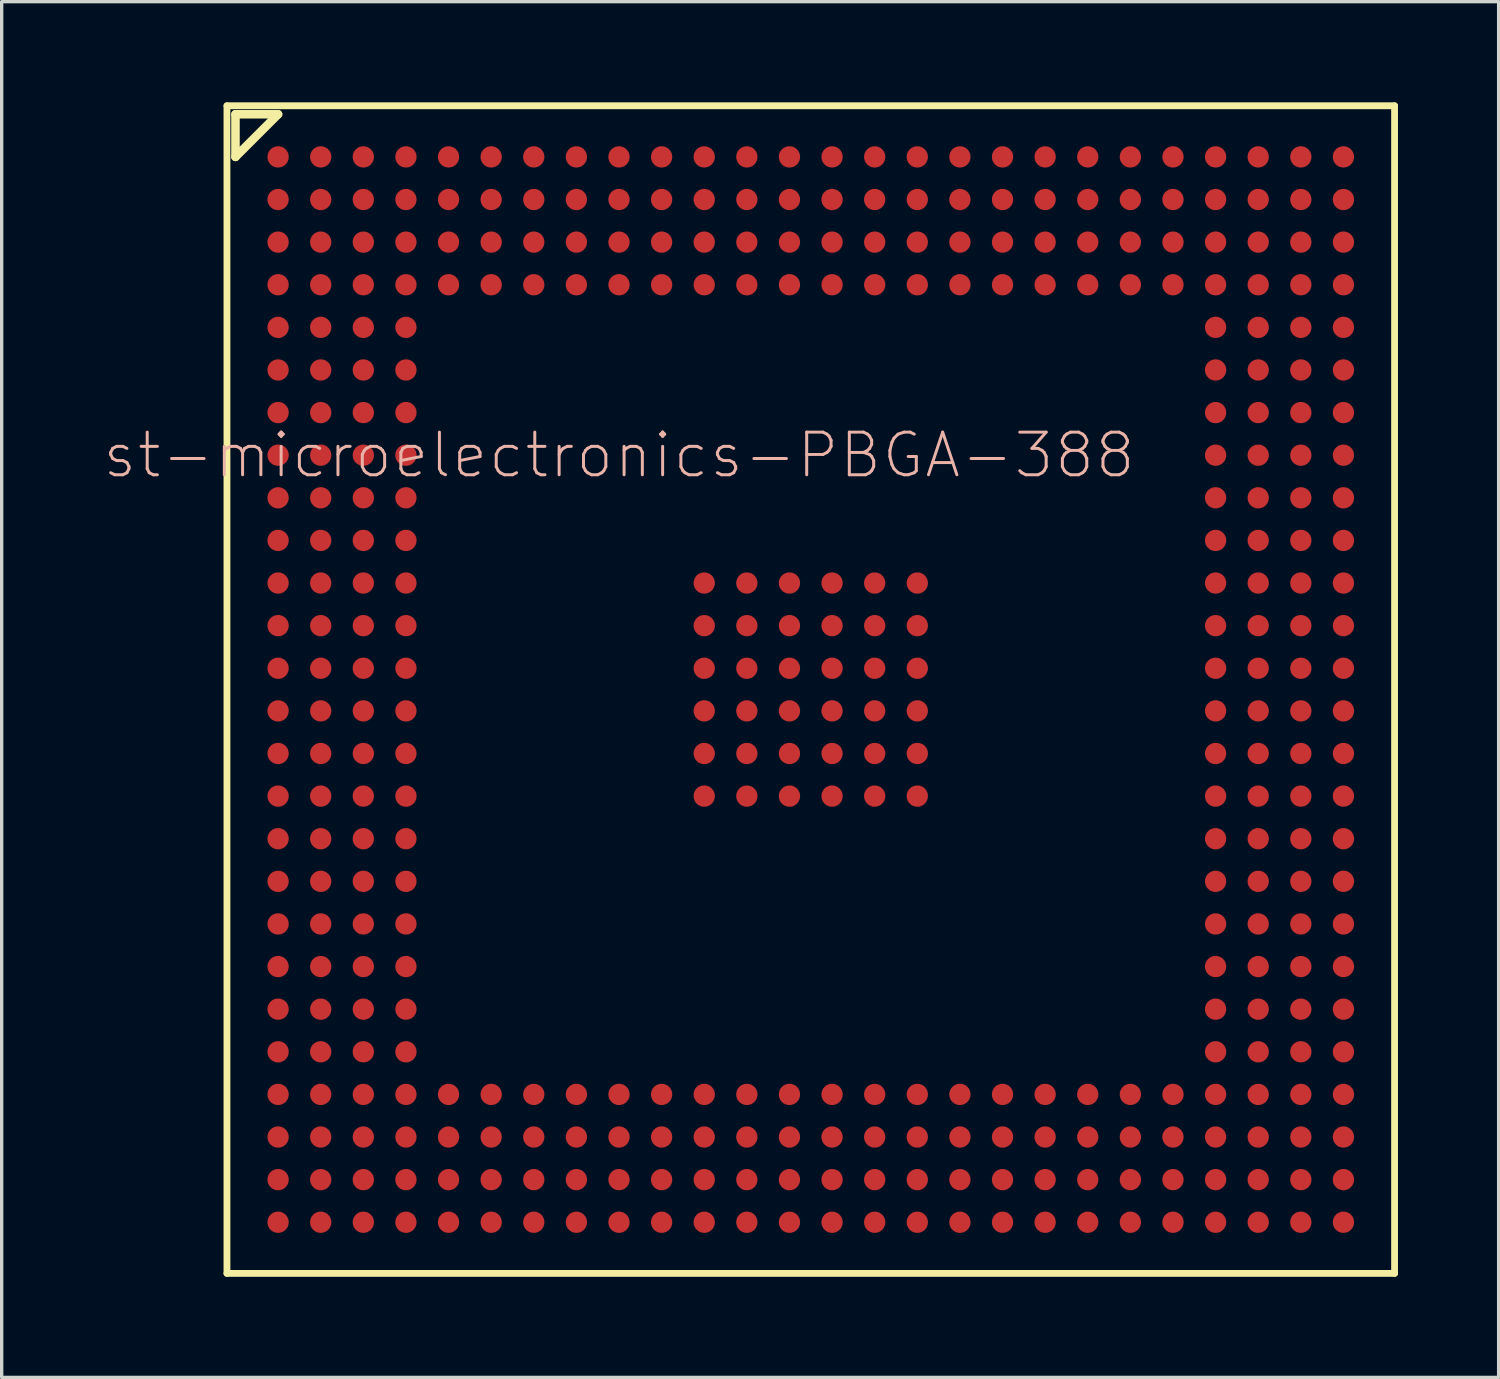
<source format=kicad_pcb>
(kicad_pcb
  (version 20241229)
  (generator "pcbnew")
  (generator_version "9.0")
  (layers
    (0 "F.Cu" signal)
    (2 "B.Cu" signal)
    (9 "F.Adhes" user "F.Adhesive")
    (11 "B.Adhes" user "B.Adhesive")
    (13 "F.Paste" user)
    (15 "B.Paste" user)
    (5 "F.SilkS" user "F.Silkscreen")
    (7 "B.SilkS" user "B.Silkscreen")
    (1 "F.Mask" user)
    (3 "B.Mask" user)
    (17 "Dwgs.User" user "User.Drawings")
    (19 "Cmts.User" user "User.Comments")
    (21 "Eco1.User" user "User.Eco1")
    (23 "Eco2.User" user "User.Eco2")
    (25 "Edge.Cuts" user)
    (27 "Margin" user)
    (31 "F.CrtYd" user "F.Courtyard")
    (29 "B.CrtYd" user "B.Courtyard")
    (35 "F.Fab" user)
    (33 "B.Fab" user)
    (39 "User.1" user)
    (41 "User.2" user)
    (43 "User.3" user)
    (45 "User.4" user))
  (footprint "st-microelectronics-PBGA-388"
    (layer "F.Cu")
    (at 21.113 17.501)
    (property "Reference" "st-microelectronics-PBGA-388" (at -5.715 -6.985 0) (layer "B.SilkS") (effects (font (size 1.27 1.27) (thickness 0.089))))
    (attr smd)
    (fp_line (start -17.399 -17.399) (end -17.399 17.399) (stroke (width 0.203) (type solid)) (layer "F.SilkS"))
    (fp_line (start -17.399 17.399) (end 17.399 17.399) (stroke (width 0.203) (type solid)) (layer "F.SilkS"))
    (fp_line (start -17.145 -17.145) (end -17.145 -15.875) (stroke (width 0.254) (type solid)) (layer "F.SilkS"))
    (fp_line (start -17.145 -15.875) (end -15.875 -17.145) (stroke (width 0.254) (type solid)) (layer "F.SilkS"))
    (fp_line (start -15.875 -17.145) (end -17.145 -17.145) (stroke (width 0.254) (type solid)) (layer "F.SilkS"))
    (fp_line (start 17.399 -17.399) (end -17.399 -17.399) (stroke (width 0.203) (type solid)) (layer "F.SilkS"))
    (fp_line (start 17.399 17.399) (end 17.399 -17.399) (stroke (width 0.203) (type solid)) (layer "F.SilkS"))
    (pad "A1" smd circle (at -15.875 -15.875) (size 0.635 0.635) (layers "F.Cu" "F.Mask" "F.Paste"))
    (pad "A2" smd circle (at -14.605 -15.875) (size 0.635 0.635) (layers "F.Cu" "F.Mask" "F.Paste"))
    (pad "A3" smd circle (at -13.335 -15.875) (size 0.635 0.635) (layers "F.Cu" "F.Mask" "F.Paste"))
    (pad "A4" smd circle (at -12.065 -15.875) (size 0.635 0.635) (layers "F.Cu" "F.Mask" "F.Paste"))
    (pad "A5" smd circle (at -10.795 -15.875) (size 0.635 0.635) (layers "F.Cu" "F.Mask" "F.Paste"))
    (pad "A6" smd circle (at -9.525 -15.875) (size 0.635 0.635) (layers "F.Cu" "F.Mask" "F.Paste"))
    (pad "A7" smd circle (at -8.255 -15.875) (size 0.635 0.635) (layers "F.Cu" "F.Mask" "F.Paste"))
    (pad "A8" smd circle (at -6.985 -15.875) (size 0.635 0.635) (layers "F.Cu" "F.Mask" "F.Paste"))
    (pad "A9" smd circle (at -5.715 -15.875) (size 0.635 0.635) (layers "F.Cu" "F.Mask" "F.Paste"))
    (pad "A10" smd circle (at -4.445 -15.875) (size 0.635 0.635) (layers "F.Cu" "F.Mask" "F.Paste"))
    (pad "A11" smd circle (at -3.175 -15.875) (size 0.635 0.635) (layers "F.Cu" "F.Mask" "F.Paste"))
    (pad "A12" smd circle (at -1.905 -15.875) (size 0.635 0.635) (layers "F.Cu" "F.Mask" "F.Paste"))
    (pad "A13" smd circle (at -0.635 -15.875) (size 0.635 0.635) (layers "F.Cu" "F.Mask" "F.Paste"))
    (pad "A14" smd circle (at 0.635 -15.875) (size 0.635 0.635) (layers "F.Cu" "F.Mask" "F.Paste"))
    (pad "A15" smd circle (at 1.905 -15.875) (size 0.635 0.635) (layers "F.Cu" "F.Mask" "F.Paste"))
    (pad "A16" smd circle (at 3.175 -15.875) (size 0.635 0.635) (layers "F.Cu" "F.Mask" "F.Paste"))
    (pad "A17" smd circle (at 4.445 -15.875) (size 0.635 0.635) (layers "F.Cu" "F.Mask" "F.Paste"))
    (pad "A18" smd circle (at 5.715 -15.875) (size 0.635 0.635) (layers "F.Cu" "F.Mask" "F.Paste"))
    (pad "A19" smd circle (at 6.985 -15.875) (size 0.635 0.635) (layers "F.Cu" "F.Mask" "F.Paste"))
    (pad "A20" smd circle (at 8.255 -15.875) (size 0.635 0.635) (layers "F.Cu" "F.Mask" "F.Paste"))
    (pad "A21" smd circle (at 9.525 -15.875) (size 0.635 0.635) (layers "F.Cu" "F.Mask" "F.Paste"))
    (pad "A22" smd circle (at 10.795 -15.875) (size 0.635 0.635) (layers "F.Cu" "F.Mask" "F.Paste"))
    (pad "A23" smd circle (at 12.065 -15.875) (size 0.635 0.635) (layers "F.Cu" "F.Mask" "F.Paste"))
    (pad "A24" smd circle (at 13.335 -15.875) (size 0.635 0.635) (layers "F.Cu" "F.Mask" "F.Paste"))
    (pad "A25" smd circle (at 14.605 -15.875) (size 0.635 0.635) (layers "F.Cu" "F.Mask" "F.Paste"))
    (pad "A26" smd circle (at 15.875 -15.875) (size 0.635 0.635) (layers "F.Cu" "F.Mask" "F.Paste"))
    (pad "AA1" smd circle (at -15.875 9.525) (size 0.635 0.635) (layers "F.Cu" "F.Mask" "F.Paste"))
    (pad "AA2" smd circle (at -14.605 9.525) (size 0.635 0.635) (layers "F.Cu" "F.Mask" "F.Paste"))
    (pad "AA3" smd circle (at -13.335 9.525) (size 0.635 0.635) (layers "F.Cu" "F.Mask" "F.Paste"))
    (pad "AA4" smd circle (at -12.065 9.525) (size 0.635 0.635) (layers "F.Cu" "F.Mask" "F.Paste"))
    (pad "AA23" smd circle (at 12.065 9.525) (size 0.635 0.635) (layers "F.Cu" "F.Mask" "F.Paste"))
    (pad "AA24" smd circle (at 13.335 9.525) (size 0.635 0.635) (layers "F.Cu" "F.Mask" "F.Paste"))
    (pad "AA25" smd circle (at 14.605 9.525) (size 0.635 0.635) (layers "F.Cu" "F.Mask" "F.Paste"))
    (pad "AA26" smd circle (at 15.875 9.525) (size 0.635 0.635) (layers "F.Cu" "F.Mask" "F.Paste"))
    (pad "AB1" smd circle (at -15.875 10.795) (size 0.635 0.635) (layers "F.Cu" "F.Mask" "F.Paste"))
    (pad "AB2" smd circle (at -14.605 10.795) (size 0.635 0.635) (layers "F.Cu" "F.Mask" "F.Paste"))
    (pad "AB3" smd circle (at -13.335 10.795) (size 0.635 0.635) (layers "F.Cu" "F.Mask" "F.Paste"))
    (pad "AB4" smd circle (at -12.065 10.795) (size 0.635 0.635) (layers "F.Cu" "F.Mask" "F.Paste"))
    (pad "AB23" smd circle (at 12.065 10.795) (size 0.635 0.635) (layers "F.Cu" "F.Mask" "F.Paste"))
    (pad "AB24" smd circle (at 13.335 10.795) (size 0.635 0.635) (layers "F.Cu" "F.Mask" "F.Paste"))
    (pad "AB25" smd circle (at 14.605 10.795) (size 0.635 0.635) (layers "F.Cu" "F.Mask" "F.Paste"))
    (pad "AB26" smd circle (at 15.875 10.795) (size 0.635 0.635) (layers "F.Cu" "F.Mask" "F.Paste"))
    (pad "AC1" smd circle (at -15.875 12.065) (size 0.635 0.635) (layers "F.Cu" "F.Mask" "F.Paste"))
    (pad "AC2" smd circle (at -14.605 12.065) (size 0.635 0.635) (layers "F.Cu" "F.Mask" "F.Paste"))
    (pad "AC3" smd circle (at -13.335 12.065) (size 0.635 0.635) (layers "F.Cu" "F.Mask" "F.Paste"))
    (pad "AC4" smd circle (at -12.065 12.065) (size 0.635 0.635) (layers "F.Cu" "F.Mask" "F.Paste"))
    (pad "AC5" smd circle (at -10.795 12.065) (size 0.635 0.635) (layers "F.Cu" "F.Mask" "F.Paste"))
    (pad "AC6" smd circle (at -9.525 12.065) (size 0.635 0.635) (layers "F.Cu" "F.Mask" "F.Paste"))
    (pad "AC7" smd circle (at -8.255 12.065) (size 0.635 0.635) (layers "F.Cu" "F.Mask" "F.Paste"))
    (pad "AC8" smd circle (at -6.985 12.065) (size 0.635 0.635) (layers "F.Cu" "F.Mask" "F.Paste"))
    (pad "AC9" smd circle (at -5.715 12.065) (size 0.635 0.635) (layers "F.Cu" "F.Mask" "F.Paste"))
    (pad "AC10" smd circle (at -4.445 12.065) (size 0.635 0.635) (layers "F.Cu" "F.Mask" "F.Paste"))
    (pad "AC11" smd circle (at -3.175 12.065) (size 0.635 0.635) (layers "F.Cu" "F.Mask" "F.Paste"))
    (pad "AC12" smd circle (at -1.905 12.065) (size 0.635 0.635) (layers "F.Cu" "F.Mask" "F.Paste"))
    (pad "AC13" smd circle (at -0.635 12.065) (size 0.635 0.635) (layers "F.Cu" "F.Mask" "F.Paste"))
    (pad "AC14" smd circle (at 0.635 12.065) (size 0.635 0.635) (layers "F.Cu" "F.Mask" "F.Paste"))
    (pad "AC15" smd circle (at 1.905 12.065) (size 0.635 0.635) (layers "F.Cu" "F.Mask" "F.Paste"))
    (pad "AC16" smd circle (at 3.175 12.065) (size 0.635 0.635) (layers "F.Cu" "F.Mask" "F.Paste"))
    (pad "AC17" smd circle (at 4.445 12.065) (size 0.635 0.635) (layers "F.Cu" "F.Mask" "F.Paste"))
    (pad "AC18" smd circle (at 5.715 12.065) (size 0.635 0.635) (layers "F.Cu" "F.Mask" "F.Paste"))
    (pad "AC19" smd circle (at 6.985 12.065) (size 0.635 0.635) (layers "F.Cu" "F.Mask" "F.Paste"))
    (pad "AC20" smd circle (at 8.255 12.065) (size 0.635 0.635) (layers "F.Cu" "F.Mask" "F.Paste"))
    (pad "AC21" smd circle (at 9.525 12.065) (size 0.635 0.635) (layers "F.Cu" "F.Mask" "F.Paste"))
    (pad "AC22" smd circle (at 10.795 12.065) (size 0.635 0.635) (layers "F.Cu" "F.Mask" "F.Paste"))
    (pad "AC23" smd circle (at 12.065 12.065) (size 0.635 0.635) (layers "F.Cu" "F.Mask" "F.Paste"))
    (pad "AC24" smd circle (at 13.335 12.065) (size 0.635 0.635) (layers "F.Cu" "F.Mask" "F.Paste"))
    (pad "AC25" smd circle (at 14.605 12.065) (size 0.635 0.635) (layers "F.Cu" "F.Mask" "F.Paste"))
    (pad "AC26" smd circle (at 15.875 12.065) (size 0.635 0.635) (layers "F.Cu" "F.Mask" "F.Paste"))
    (pad "AD1" smd circle (at -15.875 13.335) (size 0.635 0.635) (layers "F.Cu" "F.Mask" "F.Paste"))
    (pad "AD2" smd circle (at -14.605 13.335) (size 0.635 0.635) (layers "F.Cu" "F.Mask" "F.Paste"))
    (pad "AD3" smd circle (at -13.335 13.335) (size 0.635 0.635) (layers "F.Cu" "F.Mask" "F.Paste"))
    (pad "AD4" smd circle (at -12.065 13.335) (size 0.635 0.635) (layers "F.Cu" "F.Mask" "F.Paste"))
    (pad "AD5" smd circle (at -10.795 13.335) (size 0.635 0.635) (layers "F.Cu" "F.Mask" "F.Paste"))
    (pad "AD6" smd circle (at -9.525 13.335) (size 0.635 0.635) (layers "F.Cu" "F.Mask" "F.Paste"))
    (pad "AD7" smd circle (at -8.255 13.335) (size 0.635 0.635) (layers "F.Cu" "F.Mask" "F.Paste"))
    (pad "AD8" smd circle (at -6.985 13.335) (size 0.635 0.635) (layers "F.Cu" "F.Mask" "F.Paste"))
    (pad "AD9" smd circle (at -5.715 13.335) (size 0.635 0.635) (layers "F.Cu" "F.Mask" "F.Paste"))
    (pad "AD10" smd circle (at -4.445 13.335) (size 0.635 0.635) (layers "F.Cu" "F.Mask" "F.Paste"))
    (pad "AD11" smd circle (at -3.175 13.335) (size 0.635 0.635) (layers "F.Cu" "F.Mask" "F.Paste"))
    (pad "AD12" smd circle (at -1.905 13.335) (size 0.635 0.635) (layers "F.Cu" "F.Mask" "F.Paste"))
    (pad "AD13" smd circle (at -0.635 13.335) (size 0.635 0.635) (layers "F.Cu" "F.Mask" "F.Paste"))
    (pad "AD14" smd circle (at 0.635 13.335) (size 0.635 0.635) (layers "F.Cu" "F.Mask" "F.Paste"))
    (pad "AD15" smd circle (at 1.905 13.335) (size 0.635 0.635) (layers "F.Cu" "F.Mask" "F.Paste"))
    (pad "AD16" smd circle (at 3.175 13.335) (size 0.635 0.635) (layers "F.Cu" "F.Mask" "F.Paste"))
    (pad "AD17" smd circle (at 4.445 13.335) (size 0.635 0.635) (layers "F.Cu" "F.Mask" "F.Paste"))
    (pad "AD18" smd circle (at 5.715 13.335) (size 0.635 0.635) (layers "F.Cu" "F.Mask" "F.Paste"))
    (pad "AD19" smd circle (at 6.985 13.335) (size 0.635 0.635) (layers "F.Cu" "F.Mask" "F.Paste"))
    (pad "AD20" smd circle (at 8.255 13.335) (size 0.635 0.635) (layers "F.Cu" "F.Mask" "F.Paste"))
    (pad "AD21" smd circle (at 9.525 13.335) (size 0.635 0.635) (layers "F.Cu" "F.Mask" "F.Paste"))
    (pad "AD22" smd circle (at 10.795 13.335) (size 0.635 0.635) (layers "F.Cu" "F.Mask" "F.Paste"))
    (pad "AD23" smd circle (at 12.065 13.335) (size 0.635 0.635) (layers "F.Cu" "F.Mask" "F.Paste"))
    (pad "AD24" smd circle (at 13.335 13.335) (size 0.635 0.635) (layers "F.Cu" "F.Mask" "F.Paste"))
    (pad "AD25" smd circle (at 14.605 13.335) (size 0.635 0.635) (layers "F.Cu" "F.Mask" "F.Paste"))
    (pad "AD26" smd circle (at 15.875 13.335) (size 0.635 0.635) (layers "F.Cu" "F.Mask" "F.Paste"))
    (pad "AE1" smd circle (at -15.875 14.605) (size 0.635 0.635) (layers "F.Cu" "F.Mask" "F.Paste"))
    (pad "AE2" smd circle (at -14.605 14.605) (size 0.635 0.635) (layers "F.Cu" "F.Mask" "F.Paste"))
    (pad "AE3" smd circle (at -13.335 14.605) (size 0.635 0.635) (layers "F.Cu" "F.Mask" "F.Paste"))
    (pad "AE4" smd circle (at -12.065 14.605) (size 0.635 0.635) (layers "F.Cu" "F.Mask" "F.Paste"))
    (pad "AE5" smd circle (at -10.795 14.605) (size 0.635 0.635) (layers "F.Cu" "F.Mask" "F.Paste"))
    (pad "AE6" smd circle (at -9.525 14.605) (size 0.635 0.635) (layers "F.Cu" "F.Mask" "F.Paste"))
    (pad "AE7" smd circle (at -8.255 14.605) (size 0.635 0.635) (layers "F.Cu" "F.Mask" "F.Paste"))
    (pad "AE8" smd circle (at -6.985 14.605) (size 0.635 0.635) (layers "F.Cu" "F.Mask" "F.Paste"))
    (pad "AE9" smd circle (at -5.715 14.605) (size 0.635 0.635) (layers "F.Cu" "F.Mask" "F.Paste"))
    (pad "AE10" smd circle (at -4.445 14.605) (size 0.635 0.635) (layers "F.Cu" "F.Mask" "F.Paste"))
    (pad "AE11" smd circle (at -3.175 14.605) (size 0.635 0.635) (layers "F.Cu" "F.Mask" "F.Paste"))
    (pad "AE12" smd circle (at -1.905 14.605) (size 0.635 0.635) (layers "F.Cu" "F.Mask" "F.Paste"))
    (pad "AE13" smd circle (at -0.635 14.605) (size 0.635 0.635) (layers "F.Cu" "F.Mask" "F.Paste"))
    (pad "AE14" smd circle (at 0.635 14.605) (size 0.635 0.635) (layers "F.Cu" "F.Mask" "F.Paste"))
    (pad "AE15" smd circle (at 1.905 14.605) (size 0.635 0.635) (layers "F.Cu" "F.Mask" "F.Paste"))
    (pad "AE16" smd circle (at 3.175 14.605) (size 0.635 0.635) (layers "F.Cu" "F.Mask" "F.Paste"))
    (pad "AE17" smd circle (at 4.445 14.605) (size 0.635 0.635) (layers "F.Cu" "F.Mask" "F.Paste"))
    (pad "AE18" smd circle (at 5.715 14.605) (size 0.635 0.635) (layers "F.Cu" "F.Mask" "F.Paste"))
    (pad "AE19" smd circle (at 6.985 14.605) (size 0.635 0.635) (layers "F.Cu" "F.Mask" "F.Paste"))
    (pad "AE20" smd circle (at 8.255 14.605) (size 0.635 0.635) (layers "F.Cu" "F.Mask" "F.Paste"))
    (pad "AE21" smd circle (at 9.525 14.605) (size 0.635 0.635) (layers "F.Cu" "F.Mask" "F.Paste"))
    (pad "AE22" smd circle (at 10.795 14.605) (size 0.635 0.635) (layers "F.Cu" "F.Mask" "F.Paste"))
    (pad "AE23" smd circle (at 12.065 14.605) (size 0.635 0.635) (layers "F.Cu" "F.Mask" "F.Paste"))
    (pad "AE24" smd circle (at 13.335 14.605) (size 0.635 0.635) (layers "F.Cu" "F.Mask" "F.Paste"))
    (pad "AE25" smd circle (at 14.605 14.605) (size 0.635 0.635) (layers "F.Cu" "F.Mask" "F.Paste"))
    (pad "AE26" smd circle (at 15.875 14.605) (size 0.635 0.635) (layers "F.Cu" "F.Mask" "F.Paste"))
    (pad "AF1" smd circle (at -15.875 15.875) (size 0.635 0.635) (layers "F.Cu" "F.Mask" "F.Paste"))
    (pad "AF2" smd circle (at -14.605 15.875) (size 0.635 0.635) (layers "F.Cu" "F.Mask" "F.Paste"))
    (pad "AF3" smd circle (at -13.335 15.875) (size 0.635 0.635) (layers "F.Cu" "F.Mask" "F.Paste"))
    (pad "AF4" smd circle (at -12.065 15.875) (size 0.635 0.635) (layers "F.Cu" "F.Mask" "F.Paste"))
    (pad "AF5" smd circle (at -10.795 15.875) (size 0.635 0.635) (layers "F.Cu" "F.Mask" "F.Paste"))
    (pad "AF6" smd circle (at -9.525 15.875) (size 0.635 0.635) (layers "F.Cu" "F.Mask" "F.Paste"))
    (pad "AF7" smd circle (at -8.255 15.875) (size 0.635 0.635) (layers "F.Cu" "F.Mask" "F.Paste"))
    (pad "AF8" smd circle (at -6.985 15.875) (size 0.635 0.635) (layers "F.Cu" "F.Mask" "F.Paste"))
    (pad "AF9" smd circle (at -5.715 15.875) (size 0.635 0.635) (layers "F.Cu" "F.Mask" "F.Paste"))
    (pad "AF10" smd circle (at -4.445 15.875) (size 0.635 0.635) (layers "F.Cu" "F.Mask" "F.Paste"))
    (pad "AF11" smd circle (at -3.175 15.875) (size 0.635 0.635) (layers "F.Cu" "F.Mask" "F.Paste"))
    (pad "AF12" smd circle (at -1.905 15.875) (size 0.635 0.635) (layers "F.Cu" "F.Mask" "F.Paste"))
    (pad "AF13" smd circle (at -0.635 15.875) (size 0.635 0.635) (layers "F.Cu" "F.Mask" "F.Paste"))
    (pad "AF14" smd circle (at 0.635 15.875) (size 0.635 0.635) (layers "F.Cu" "F.Mask" "F.Paste"))
    (pad "AF15" smd circle (at 1.905 15.875) (size 0.635 0.635) (layers "F.Cu" "F.Mask" "F.Paste"))
    (pad "AF16" smd circle (at 3.175 15.875) (size 0.635 0.635) (layers "F.Cu" "F.Mask" "F.Paste"))
    (pad "AF17" smd circle (at 4.445 15.875) (size 0.635 0.635) (layers "F.Cu" "F.Mask" "F.Paste"))
    (pad "AF18" smd circle (at 5.715 15.875) (size 0.635 0.635) (layers "F.Cu" "F.Mask" "F.Paste"))
    (pad "AF19" smd circle (at 6.985 15.875) (size 0.635 0.635) (layers "F.Cu" "F.Mask" "F.Paste"))
    (pad "AF20" smd circle (at 8.255 15.875) (size 0.635 0.635) (layers "F.Cu" "F.Mask" "F.Paste"))
    (pad "AF21" smd circle (at 9.525 15.875) (size 0.635 0.635) (layers "F.Cu" "F.Mask" "F.Paste"))
    (pad "AF22" smd circle (at 10.795 15.875) (size 0.635 0.635) (layers "F.Cu" "F.Mask" "F.Paste"))
    (pad "AF23" smd circle (at 12.065 15.875) (size 0.635 0.635) (layers "F.Cu" "F.Mask" "F.Paste"))
    (pad "AF24" smd circle (at 13.335 15.875) (size 0.635 0.635) (layers "F.Cu" "F.Mask" "F.Paste"))
    (pad "AF25" smd circle (at 14.605 15.875) (size 0.635 0.635) (layers "F.Cu" "F.Mask" "F.Paste"))
    (pad "AF26" smd circle (at 15.875 15.875) (size 0.635 0.635) (layers "F.Cu" "F.Mask" "F.Paste"))
    (pad "B1" smd circle (at -15.875 -14.605) (size 0.635 0.635) (layers "F.Cu" "F.Mask" "F.Paste"))
    (pad "B2" smd circle (at -14.605 -14.605) (size 0.635 0.635) (layers "F.Cu" "F.Mask" "F.Paste"))
    (pad "B3" smd circle (at -13.335 -14.605) (size 0.635 0.635) (layers "F.Cu" "F.Mask" "F.Paste"))
    (pad "B4" smd circle (at -12.065 -14.605) (size 0.635 0.635) (layers "F.Cu" "F.Mask" "F.Paste"))
    (pad "B5" smd circle (at -10.795 -14.605) (size 0.635 0.635) (layers "F.Cu" "F.Mask" "F.Paste"))
    (pad "B6" smd circle (at -9.525 -14.605) (size 0.635 0.635) (layers "F.Cu" "F.Mask" "F.Paste"))
    (pad "B7" smd circle (at -8.255 -14.605) (size 0.635 0.635) (layers "F.Cu" "F.Mask" "F.Paste"))
    (pad "B8" smd circle (at -6.985 -14.605) (size 0.635 0.635) (layers "F.Cu" "F.Mask" "F.Paste"))
    (pad "B9" smd circle (at -5.715 -14.605) (size 0.635 0.635) (layers "F.Cu" "F.Mask" "F.Paste"))
    (pad "B10" smd circle (at -4.445 -14.605) (size 0.635 0.635) (layers "F.Cu" "F.Mask" "F.Paste"))
    (pad "B11" smd circle (at -3.175 -14.605) (size 0.635 0.635) (layers "F.Cu" "F.Mask" "F.Paste"))
    (pad "B12" smd circle (at -1.905 -14.605) (size 0.635 0.635) (layers "F.Cu" "F.Mask" "F.Paste"))
    (pad "B13" smd circle (at -0.635 -14.605) (size 0.635 0.635) (layers "F.Cu" "F.Mask" "F.Paste"))
    (pad "B14" smd circle (at 0.635 -14.605) (size 0.635 0.635) (layers "F.Cu" "F.Mask" "F.Paste"))
    (pad "B15" smd circle (at 1.905 -14.605) (size 0.635 0.635) (layers "F.Cu" "F.Mask" "F.Paste"))
    (pad "B16" smd circle (at 3.175 -14.605) (size 0.635 0.635) (layers "F.Cu" "F.Mask" "F.Paste"))
    (pad "B17" smd circle (at 4.445 -14.605) (size 0.635 0.635) (layers "F.Cu" "F.Mask" "F.Paste"))
    (pad "B18" smd circle (at 5.715 -14.605) (size 0.635 0.635) (layers "F.Cu" "F.Mask" "F.Paste"))
    (pad "B19" smd circle (at 6.985 -14.605) (size 0.635 0.635) (layers "F.Cu" "F.Mask" "F.Paste"))
    (pad "B20" smd circle (at 8.255 -14.605) (size 0.635 0.635) (layers "F.Cu" "F.Mask" "F.Paste"))
    (pad "B21" smd circle (at 9.525 -14.605) (size 0.635 0.635) (layers "F.Cu" "F.Mask" "F.Paste"))
    (pad "B22" smd circle (at 10.795 -14.605) (size 0.635 0.635) (layers "F.Cu" "F.Mask" "F.Paste"))
    (pad "B23" smd circle (at 12.065 -14.605) (size 0.635 0.635) (layers "F.Cu" "F.Mask" "F.Paste"))
    (pad "B24" smd circle (at 13.335 -14.605) (size 0.635 0.635) (layers "F.Cu" "F.Mask" "F.Paste"))
    (pad "B25" smd circle (at 14.605 -14.605) (size 0.635 0.635) (layers "F.Cu" "F.Mask" "F.Paste"))
    (pad "B26" smd circle (at 15.875 -14.605) (size 0.635 0.635) (layers "F.Cu" "F.Mask" "F.Paste"))
    (pad "C1" smd circle (at -15.875 -13.335) (size 0.635 0.635) (layers "F.Cu" "F.Mask" "F.Paste"))
    (pad "C2" smd circle (at -14.605 -13.335) (size 0.635 0.635) (layers "F.Cu" "F.Mask" "F.Paste"))
    (pad "C3" smd circle (at -13.335 -13.335) (size 0.635 0.635) (layers "F.Cu" "F.Mask" "F.Paste"))
    (pad "C4" smd circle (at -12.065 -13.335) (size 0.635 0.635) (layers "F.Cu" "F.Mask" "F.Paste"))
    (pad "C5" smd circle (at -10.795 -13.335) (size 0.635 0.635) (layers "F.Cu" "F.Mask" "F.Paste"))
    (pad "C6" smd circle (at -9.525 -13.335) (size 0.635 0.635) (layers "F.Cu" "F.Mask" "F.Paste"))
    (pad "C7" smd circle (at -8.255 -13.335) (size 0.635 0.635) (layers "F.Cu" "F.Mask" "F.Paste"))
    (pad "C8" smd circle (at -6.985 -13.335) (size 0.635 0.635) (layers "F.Cu" "F.Mask" "F.Paste"))
    (pad "C9" smd circle (at -5.715 -13.335) (size 0.635 0.635) (layers "F.Cu" "F.Mask" "F.Paste"))
    (pad "C10" smd circle (at -4.445 -13.335) (size 0.635 0.635) (layers "F.Cu" "F.Mask" "F.Paste"))
    (pad "C11" smd circle (at -3.175 -13.335) (size 0.635 0.635) (layers "F.Cu" "F.Mask" "F.Paste"))
    (pad "C12" smd circle (at -1.905 -13.335) (size 0.635 0.635) (layers "F.Cu" "F.Mask" "F.Paste"))
    (pad "C13" smd circle (at -0.635 -13.335) (size 0.635 0.635) (layers "F.Cu" "F.Mask" "F.Paste"))
    (pad "C14" smd circle (at 0.635 -13.335) (size 0.635 0.635) (layers "F.Cu" "F.Mask" "F.Paste"))
    (pad "C15" smd circle (at 1.905 -13.335) (size 0.635 0.635) (layers "F.Cu" "F.Mask" "F.Paste"))
    (pad "C16" smd circle (at 3.175 -13.335) (size 0.635 0.635) (layers "F.Cu" "F.Mask" "F.Paste"))
    (pad "C17" smd circle (at 4.445 -13.335) (size 0.635 0.635) (layers "F.Cu" "F.Mask" "F.Paste"))
    (pad "C18" smd circle (at 5.715 -13.335) (size 0.635 0.635) (layers "F.Cu" "F.Mask" "F.Paste"))
    (pad "C19" smd circle (at 6.985 -13.335) (size 0.635 0.635) (layers "F.Cu" "F.Mask" "F.Paste"))
    (pad "C20" smd circle (at 8.255 -13.335) (size 0.635 0.635) (layers "F.Cu" "F.Mask" "F.Paste"))
    (pad "C21" smd circle (at 9.525 -13.335) (size 0.635 0.635) (layers "F.Cu" "F.Mask" "F.Paste"))
    (pad "C22" smd circle (at 10.795 -13.335) (size 0.635 0.635) (layers "F.Cu" "F.Mask" "F.Paste"))
    (pad "C23" smd circle (at 12.065 -13.335) (size 0.635 0.635) (layers "F.Cu" "F.Mask" "F.Paste"))
    (pad "C24" smd circle (at 13.335 -13.335) (size 0.635 0.635) (layers "F.Cu" "F.Mask" "F.Paste"))
    (pad "C25" smd circle (at 14.605 -13.335) (size 0.635 0.635) (layers "F.Cu" "F.Mask" "F.Paste"))
    (pad "C26" smd circle (at 15.875 -13.335) (size 0.635 0.635) (layers "F.Cu" "F.Mask" "F.Paste"))
    (pad "D1" smd circle (at -15.875 -12.065) (size 0.635 0.635) (layers "F.Cu" "F.Mask" "F.Paste"))
    (pad "D2" smd circle (at -14.605 -12.065) (size 0.635 0.635) (layers "F.Cu" "F.Mask" "F.Paste"))
    (pad "D3" smd circle (at -13.335 -12.065) (size 0.635 0.635) (layers "F.Cu" "F.Mask" "F.Paste"))
    (pad "D4" smd circle (at -12.065 -12.065) (size 0.635 0.635) (layers "F.Cu" "F.Mask" "F.Paste"))
    (pad "D5" smd circle (at -10.795 -12.065) (size 0.635 0.635) (layers "F.Cu" "F.Mask" "F.Paste"))
    (pad "D6" smd circle (at -9.525 -12.065) (size 0.635 0.635) (layers "F.Cu" "F.Mask" "F.Paste"))
    (pad "D7" smd circle (at -8.255 -12.065) (size 0.635 0.635) (layers "F.Cu" "F.Mask" "F.Paste"))
    (pad "D8" smd circle (at -6.985 -12.065) (size 0.635 0.635) (layers "F.Cu" "F.Mask" "F.Paste"))
    (pad "D9" smd circle (at -5.715 -12.065) (size 0.635 0.635) (layers "F.Cu" "F.Mask" "F.Paste"))
    (pad "D10" smd circle (at -4.445 -12.065) (size 0.635 0.635) (layers "F.Cu" "F.Mask" "F.Paste"))
    (pad "D11" smd circle (at -3.175 -12.065) (size 0.635 0.635) (layers "F.Cu" "F.Mask" "F.Paste"))
    (pad "D12" smd circle (at -1.905 -12.065) (size 0.635 0.635) (layers "F.Cu" "F.Mask" "F.Paste"))
    (pad "D13" smd circle (at -0.635 -12.065) (size 0.635 0.635) (layers "F.Cu" "F.Mask" "F.Paste"))
    (pad "D14" smd circle (at 0.635 -12.065) (size 0.635 0.635) (layers "F.Cu" "F.Mask" "F.Paste"))
    (pad "D15" smd circle (at 1.905 -12.065) (size 0.635 0.635) (layers "F.Cu" "F.Mask" "F.Paste"))
    (pad "D16" smd circle (at 3.175 -12.065) (size 0.635 0.635) (layers "F.Cu" "F.Mask" "F.Paste"))
    (pad "D17" smd circle (at 4.445 -12.065) (size 0.635 0.635) (layers "F.Cu" "F.Mask" "F.Paste"))
    (pad "D18" smd circle (at 5.715 -12.065) (size 0.635 0.635) (layers "F.Cu" "F.Mask" "F.Paste"))
    (pad "D19" smd circle (at 6.985 -12.065) (size 0.635 0.635) (layers "F.Cu" "F.Mask" "F.Paste"))
    (pad "D20" smd circle (at 8.255 -12.065) (size 0.635 0.635) (layers "F.Cu" "F.Mask" "F.Paste"))
    (pad "D21" smd circle (at 9.525 -12.065) (size 0.635 0.635) (layers "F.Cu" "F.Mask" "F.Paste"))
    (pad "D22" smd circle (at 10.795 -12.065) (size 0.635 0.635) (layers "F.Cu" "F.Mask" "F.Paste"))
    (pad "D23" smd circle (at 12.065 -12.065) (size 0.635 0.635) (layers "F.Cu" "F.Mask" "F.Paste"))
    (pad "D24" smd circle (at 13.335 -12.065) (size 0.635 0.635) (layers "F.Cu" "F.Mask" "F.Paste"))
    (pad "D25" smd circle (at 14.605 -12.065) (size 0.635 0.635) (layers "F.Cu" "F.Mask" "F.Paste"))
    (pad "D26" smd circle (at 15.875 -12.065) (size 0.635 0.635) (layers "F.Cu" "F.Mask" "F.Paste"))
    (pad "E1" smd circle (at -15.875 -10.795) (size 0.635 0.635) (layers "F.Cu" "F.Mask" "F.Paste"))
    (pad "E2" smd circle (at -14.605 -10.795) (size 0.635 0.635) (layers "F.Cu" "F.Mask" "F.Paste"))
    (pad "E3" smd circle (at -13.335 -10.795) (size 0.635 0.635) (layers "F.Cu" "F.Mask" "F.Paste"))
    (pad "E4" smd circle (at -12.065 -10.795) (size 0.635 0.635) (layers "F.Cu" "F.Mask" "F.Paste"))
    (pad "E23" smd circle (at 12.065 -10.795) (size 0.635 0.635) (layers "F.Cu" "F.Mask" "F.Paste"))
    (pad "E24" smd circle (at 13.335 -10.795) (size 0.635 0.635) (layers "F.Cu" "F.Mask" "F.Paste"))
    (pad "E25" smd circle (at 14.605 -10.795) (size 0.635 0.635) (layers "F.Cu" "F.Mask" "F.Paste"))
    (pad "E26" smd circle (at 15.875 -10.795) (size 0.635 0.635) (layers "F.Cu" "F.Mask" "F.Paste"))
    (pad "F1" smd circle (at -15.875 -9.525) (size 0.635 0.635) (layers "F.Cu" "F.Mask" "F.Paste"))
    (pad "F2" smd circle (at -14.605 -9.525) (size 0.635 0.635) (layers "F.Cu" "F.Mask" "F.Paste"))
    (pad "F3" smd circle (at -13.335 -9.525) (size 0.635 0.635) (layers "F.Cu" "F.Mask" "F.Paste"))
    (pad "F4" smd circle (at -12.065 -9.525) (size 0.635 0.635) (layers "F.Cu" "F.Mask" "F.Paste"))
    (pad "F23" smd circle (at 12.065 -9.525) (size 0.635 0.635) (layers "F.Cu" "F.Mask" "F.Paste"))
    (pad "F24" smd circle (at 13.335 -9.525) (size 0.635 0.635) (layers "F.Cu" "F.Mask" "F.Paste"))
    (pad "F25" smd circle (at 14.605 -9.525) (size 0.635 0.635) (layers "F.Cu" "F.Mask" "F.Paste"))
    (pad "F26" smd circle (at 15.875 -9.525) (size 0.635 0.635) (layers "F.Cu" "F.Mask" "F.Paste"))
    (pad "G1" smd circle (at -15.875 -8.255) (size 0.635 0.635) (layers "F.Cu" "F.Mask" "F.Paste"))
    (pad "G2" smd circle (at -14.605 -8.255) (size 0.635 0.635) (layers "F.Cu" "F.Mask" "F.Paste"))
    (pad "G3" smd circle (at -13.335 -8.255) (size 0.635 0.635) (layers "F.Cu" "F.Mask" "F.Paste"))
    (pad "G4" smd circle (at -12.065 -8.255) (size 0.635 0.635) (layers "F.Cu" "F.Mask" "F.Paste"))
    (pad "G23" smd circle (at 12.065 -8.255) (size 0.635 0.635) (layers "F.Cu" "F.Mask" "F.Paste"))
    (pad "G24" smd circle (at 13.335 -8.255) (size 0.635 0.635) (layers "F.Cu" "F.Mask" "F.Paste"))
    (pad "G25" smd circle (at 14.605 -8.255) (size 0.635 0.635) (layers "F.Cu" "F.Mask" "F.Paste"))
    (pad "G26" smd circle (at 15.875 -8.255) (size 0.635 0.635) (layers "F.Cu" "F.Mask" "F.Paste"))
    (pad "H1" smd circle (at -15.875 -6.985) (size 0.635 0.635) (layers "F.Cu" "F.Mask" "F.Paste"))
    (pad "H2" smd circle (at -14.605 -6.985) (size 0.635 0.635) (layers "F.Cu" "F.Mask" "F.Paste"))
    (pad "H3" smd circle (at -13.335 -6.985) (size 0.635 0.635) (layers "F.Cu" "F.Mask" "F.Paste"))
    (pad "H4" smd circle (at -12.065 -6.985) (size 0.635 0.635) (layers "F.Cu" "F.Mask" "F.Paste"))
    (pad "H23" smd circle (at 12.065 -6.985) (size 0.635 0.635) (layers "F.Cu" "F.Mask" "F.Paste"))
    (pad "H24" smd circle (at 13.335 -6.985) (size 0.635 0.635) (layers "F.Cu" "F.Mask" "F.Paste"))
    (pad "H25" smd circle (at 14.605 -6.985) (size 0.635 0.635) (layers "F.Cu" "F.Mask" "F.Paste"))
    (pad "H26" smd circle (at 15.875 -6.985) (size 0.635 0.635) (layers "F.Cu" "F.Mask" "F.Paste"))
    (pad "J1" smd circle (at -15.875 -5.715) (size 0.635 0.635) (layers "F.Cu" "F.Mask" "F.Paste"))
    (pad "J2" smd circle (at -14.605 -5.715) (size 0.635 0.635) (layers "F.Cu" "F.Mask" "F.Paste"))
    (pad "J3" smd circle (at -13.335 -5.715) (size 0.635 0.635) (layers "F.Cu" "F.Mask" "F.Paste"))
    (pad "J4" smd circle (at -12.065 -5.715) (size 0.635 0.635) (layers "F.Cu" "F.Mask" "F.Paste"))
    (pad "J23" smd circle (at 12.065 -5.715) (size 0.635 0.635) (layers "F.Cu" "F.Mask" "F.Paste"))
    (pad "J24" smd circle (at 13.335 -5.715) (size 0.635 0.635) (layers "F.Cu" "F.Mask" "F.Paste"))
    (pad "J25" smd circle (at 14.605 -5.715) (size 0.635 0.635) (layers "F.Cu" "F.Mask" "F.Paste"))
    (pad "J26" smd circle (at 15.875 -5.715) (size 0.635 0.635) (layers "F.Cu" "F.Mask" "F.Paste"))
    (pad "K1" smd circle (at -15.875 -4.445) (size 0.635 0.635) (layers "F.Cu" "F.Mask" "F.Paste"))
    (pad "K2" smd circle (at -14.605 -4.445) (size 0.635 0.635) (layers "F.Cu" "F.Mask" "F.Paste"))
    (pad "K3" smd circle (at -13.335 -4.445) (size 0.635 0.635) (layers "F.Cu" "F.Mask" "F.Paste"))
    (pad "K4" smd circle (at -12.065 -4.445) (size 0.635 0.635) (layers "F.Cu" "F.Mask" "F.Paste"))
    (pad "K23" smd circle (at 12.065 -4.445) (size 0.635 0.635) (layers "F.Cu" "F.Mask" "F.Paste"))
    (pad "K24" smd circle (at 13.335 -4.445) (size 0.635 0.635) (layers "F.Cu" "F.Mask" "F.Paste"))
    (pad "K25" smd circle (at 14.605 -4.445) (size 0.635 0.635) (layers "F.Cu" "F.Mask" "F.Paste"))
    (pad "K26" smd circle (at 15.875 -4.445) (size 0.635 0.635) (layers "F.Cu" "F.Mask" "F.Paste"))
    (pad "L1" smd circle (at -15.875 -3.175) (size 0.635 0.635) (layers "F.Cu" "F.Mask" "F.Paste"))
    (pad "L2" smd circle (at -14.605 -3.175) (size 0.635 0.635) (layers "F.Cu" "F.Mask" "F.Paste"))
    (pad "L3" smd circle (at -13.335 -3.175) (size 0.635 0.635) (layers "F.Cu" "F.Mask" "F.Paste"))
    (pad "L4" smd circle (at -12.065 -3.175) (size 0.635 0.635) (layers "F.Cu" "F.Mask" "F.Paste"))
    (pad "L11" smd circle (at -3.175 -3.175) (size 0.635 0.635) (layers "F.Cu" "F.Mask" "F.Paste"))
    (pad "L12" smd circle (at -1.905 -3.175) (size 0.635 0.635) (layers "F.Cu" "F.Mask" "F.Paste"))
    (pad "L13" smd circle (at -0.635 -3.175) (size 0.635 0.635) (layers "F.Cu" "F.Mask" "F.Paste"))
    (pad "L14" smd circle (at 0.635 -3.175) (size 0.635 0.635) (layers "F.Cu" "F.Mask" "F.Paste"))
    (pad "L15" smd circle (at 1.905 -3.175) (size 0.635 0.635) (layers "F.Cu" "F.Mask" "F.Paste"))
    (pad "L16" smd circle (at 3.175 -3.175) (size 0.635 0.635) (layers "F.Cu" "F.Mask" "F.Paste"))
    (pad "L23" smd circle (at 12.065 -3.175) (size 0.635 0.635) (layers "F.Cu" "F.Mask" "F.Paste"))
    (pad "L24" smd circle (at 13.335 -3.175) (size 0.635 0.635) (layers "F.Cu" "F.Mask" "F.Paste"))
    (pad "L25" smd circle (at 14.605 -3.175) (size 0.635 0.635) (layers "F.Cu" "F.Mask" "F.Paste"))
    (pad "L26" smd circle (at 15.875 -3.175) (size 0.635 0.635) (layers "F.Cu" "F.Mask" "F.Paste"))
    (pad "M1" smd circle (at -15.875 -1.905) (size 0.635 0.635) (layers "F.Cu" "F.Mask" "F.Paste"))
    (pad "M2" smd circle (at -14.605 -1.905) (size 0.635 0.635) (layers "F.Cu" "F.Mask" "F.Paste"))
    (pad "M3" smd circle (at -13.335 -1.905) (size 0.635 0.635) (layers "F.Cu" "F.Mask" "F.Paste"))
    (pad "M4" smd circle (at -12.065 -1.905) (size 0.635 0.635) (layers "F.Cu" "F.Mask" "F.Paste"))
    (pad "M11" smd circle (at -3.175 -1.905) (size 0.635 0.635) (layers "F.Cu" "F.Mask" "F.Paste"))
    (pad "M12" smd circle (at -1.905 -1.905) (size 0.635 0.635) (layers "F.Cu" "F.Mask" "F.Paste"))
    (pad "M13" smd circle (at -0.635 -1.905) (size 0.635 0.635) (layers "F.Cu" "F.Mask" "F.Paste"))
    (pad "M14" smd circle (at 0.635 -1.905) (size 0.635 0.635) (layers "F.Cu" "F.Mask" "F.Paste"))
    (pad "M15" smd circle (at 1.905 -1.905) (size 0.635 0.635) (layers "F.Cu" "F.Mask" "F.Paste"))
    (pad "M16" smd circle (at 3.175 -1.905) (size 0.635 0.635) (layers "F.Cu" "F.Mask" "F.Paste"))
    (pad "M23" smd circle (at 12.065 -1.905) (size 0.635 0.635) (layers "F.Cu" "F.Mask" "F.Paste"))
    (pad "M24" smd circle (at 13.335 -1.905) (size 0.635 0.635) (layers "F.Cu" "F.Mask" "F.Paste"))
    (pad "M25" smd circle (at 14.605 -1.905) (size 0.635 0.635) (layers "F.Cu" "F.Mask" "F.Paste"))
    (pad "M26" smd circle (at 15.875 -1.905) (size 0.635 0.635) (layers "F.Cu" "F.Mask" "F.Paste"))
    (pad "N1" smd circle (at -15.875 -0.635) (size 0.635 0.635) (layers "F.Cu" "F.Mask" "F.Paste"))
    (pad "N2" smd circle (at -14.605 -0.635) (size 0.635 0.635) (layers "F.Cu" "F.Mask" "F.Paste"))
    (pad "N3" smd circle (at -13.335 -0.635) (size 0.635 0.635) (layers "F.Cu" "F.Mask" "F.Paste"))
    (pad "N4" smd circle (at -12.065 -0.635) (size 0.635 0.635) (layers "F.Cu" "F.Mask" "F.Paste"))
    (pad "N11" smd circle (at -3.175 -0.635) (size 0.635 0.635) (layers "F.Cu" "F.Mask" "F.Paste"))
    (pad "N12" smd circle (at -1.905 -0.635) (size 0.635 0.635) (layers "F.Cu" "F.Mask" "F.Paste"))
    (pad "N13" smd circle (at -0.635 -0.635) (size 0.635 0.635) (layers "F.Cu" "F.Mask" "F.Paste"))
    (pad "N14" smd circle (at 0.635 -0.635) (size 0.635 0.635) (layers "F.Cu" "F.Mask" "F.Paste"))
    (pad "N15" smd circle (at 1.905 -0.635) (size 0.635 0.635) (layers "F.Cu" "F.Mask" "F.Paste"))
    (pad "N16" smd circle (at 3.175 -0.635) (size 0.635 0.635) (layers "F.Cu" "F.Mask" "F.Paste"))
    (pad "N23" smd circle (at 12.065 -0.635) (size 0.635 0.635) (layers "F.Cu" "F.Mask" "F.Paste"))
    (pad "N24" smd circle (at 13.335 -0.635) (size 0.635 0.635) (layers "F.Cu" "F.Mask" "F.Paste"))
    (pad "N25" smd circle (at 14.605 -0.635) (size 0.635 0.635) (layers "F.Cu" "F.Mask" "F.Paste"))
    (pad "N26" smd circle (at 15.875 -0.635) (size 0.635 0.635) (layers "F.Cu" "F.Mask" "F.Paste"))
    (pad "P1" smd circle (at -15.875 0.635) (size 0.635 0.635) (layers "F.Cu" "F.Mask" "F.Paste"))
    (pad "P2" smd circle (at -14.605 0.635) (size 0.635 0.635) (layers "F.Cu" "F.Mask" "F.Paste"))
    (pad "P3" smd circle (at -13.335 0.635) (size 0.635 0.635) (layers "F.Cu" "F.Mask" "F.Paste"))
    (pad "P4" smd circle (at -12.065 0.635) (size 0.635 0.635) (layers "F.Cu" "F.Mask" "F.Paste"))
    (pad "P11" smd circle (at -3.175 0.635) (size 0.635 0.635) (layers "F.Cu" "F.Mask" "F.Paste"))
    (pad "P12" smd circle (at -1.905 0.635) (size 0.635 0.635) (layers "F.Cu" "F.Mask" "F.Paste"))
    (pad "P13" smd circle (at -0.635 0.635) (size 0.635 0.635) (layers "F.Cu" "F.Mask" "F.Paste"))
    (pad "P14" smd circle (at 0.635 0.635) (size 0.635 0.635) (layers "F.Cu" "F.Mask" "F.Paste"))
    (pad "P15" smd circle (at 1.905 0.635) (size 0.635 0.635) (layers "F.Cu" "F.Mask" "F.Paste"))
    (pad "P16" smd circle (at 3.175 0.635) (size 0.635 0.635) (layers "F.Cu" "F.Mask" "F.Paste"))
    (pad "P23" smd circle (at 12.065 0.635) (size 0.635 0.635) (layers "F.Cu" "F.Mask" "F.Paste"))
    (pad "P24" smd circle (at 13.335 0.635) (size 0.635 0.635) (layers "F.Cu" "F.Mask" "F.Paste"))
    (pad "P25" smd circle (at 14.605 0.635) (size 0.635 0.635) (layers "F.Cu" "F.Mask" "F.Paste"))
    (pad "P26" smd circle (at 15.875 0.635) (size 0.635 0.635) (layers "F.Cu" "F.Mask" "F.Paste"))
    (pad "R1" smd circle (at -15.875 1.905) (size 0.635 0.635) (layers "F.Cu" "F.Mask" "F.Paste"))
    (pad "R2" smd circle (at -14.605 1.905) (size 0.635 0.635) (layers "F.Cu" "F.Mask" "F.Paste"))
    (pad "R3" smd circle (at -13.335 1.905) (size 0.635 0.635) (layers "F.Cu" "F.Mask" "F.Paste"))
    (pad "R4" smd circle (at -12.065 1.905) (size 0.635 0.635) (layers "F.Cu" "F.Mask" "F.Paste"))
    (pad "R11" smd circle (at -3.175 1.905) (size 0.635 0.635) (layers "F.Cu" "F.Mask" "F.Paste"))
    (pad "R12" smd circle (at -1.905 1.905) (size 0.635 0.635) (layers "F.Cu" "F.Mask" "F.Paste"))
    (pad "R13" smd circle (at -0.635 1.905) (size 0.635 0.635) (layers "F.Cu" "F.Mask" "F.Paste"))
    (pad "R14" smd circle (at 0.635 1.905) (size 0.635 0.635) (layers "F.Cu" "F.Mask" "F.Paste"))
    (pad "R15" smd circle (at 1.905 1.905) (size 0.635 0.635) (layers "F.Cu" "F.Mask" "F.Paste"))
    (pad "R16" smd circle (at 3.175 1.905) (size 0.635 0.635) (layers "F.Cu" "F.Mask" "F.Paste"))
    (pad "R23" smd circle (at 12.065 1.905) (size 0.635 0.635) (layers "F.Cu" "F.Mask" "F.Paste"))
    (pad "R24" smd circle (at 13.335 1.905) (size 0.635 0.635) (layers "F.Cu" "F.Mask" "F.Paste"))
    (pad "R25" smd circle (at 14.605 1.905) (size 0.635 0.635) (layers "F.Cu" "F.Mask" "F.Paste"))
    (pad "R26" smd circle (at 15.875 1.905) (size 0.635 0.635) (layers "F.Cu" "F.Mask" "F.Paste"))
    (pad "T1" smd circle (at -15.875 3.175) (size 0.635 0.635) (layers "F.Cu" "F.Mask" "F.Paste"))
    (pad "T2" smd circle (at -14.605 3.175) (size 0.635 0.635) (layers "F.Cu" "F.Mask" "F.Paste"))
    (pad "T3" smd circle (at -13.335 3.175) (size 0.635 0.635) (layers "F.Cu" "F.Mask" "F.Paste"))
    (pad "T4" smd circle (at -12.065 3.175) (size 0.635 0.635) (layers "F.Cu" "F.Mask" "F.Paste"))
    (pad "T11" smd circle (at -3.175 3.175) (size 0.635 0.635) (layers "F.Cu" "F.Mask" "F.Paste"))
    (pad "T12" smd circle (at -1.905 3.175) (size 0.635 0.635) (layers "F.Cu" "F.Mask" "F.Paste"))
    (pad "T13" smd circle (at -0.635 3.175) (size 0.635 0.635) (layers "F.Cu" "F.Mask" "F.Paste"))
    (pad "T14" smd circle (at 0.635 3.175) (size 0.635 0.635) (layers "F.Cu" "F.Mask" "F.Paste"))
    (pad "T15" smd circle (at 1.905 3.175) (size 0.635 0.635) (layers "F.Cu" "F.Mask" "F.Paste"))
    (pad "T16" smd circle (at 3.175 3.175) (size 0.635 0.635) (layers "F.Cu" "F.Mask" "F.Paste"))
    (pad "T23" smd circle (at 12.065 3.175) (size 0.635 0.635) (layers "F.Cu" "F.Mask" "F.Paste"))
    (pad "T24" smd circle (at 13.335 3.175) (size 0.635 0.635) (layers "F.Cu" "F.Mask" "F.Paste"))
    (pad "T25" smd circle (at 14.605 3.175) (size 0.635 0.635) (layers "F.Cu" "F.Mask" "F.Paste"))
    (pad "T26" smd circle (at 15.875 3.175) (size 0.635 0.635) (layers "F.Cu" "F.Mask" "F.Paste"))
    (pad "U1" smd circle (at -15.875 4.445) (size 0.635 0.635) (layers "F.Cu" "F.Mask" "F.Paste"))
    (pad "U2" smd circle (at -14.605 4.445) (size 0.635 0.635) (layers "F.Cu" "F.Mask" "F.Paste"))
    (pad "U3" smd circle (at -13.335 4.445) (size 0.635 0.635) (layers "F.Cu" "F.Mask" "F.Paste"))
    (pad "U4" smd circle (at -12.065 4.445) (size 0.635 0.635) (layers "F.Cu" "F.Mask" "F.Paste"))
    (pad "U23" smd circle (at 12.065 4.445) (size 0.635 0.635) (layers "F.Cu" "F.Mask" "F.Paste"))
    (pad "U24" smd circle (at 13.335 4.445) (size 0.635 0.635) (layers "F.Cu" "F.Mask" "F.Paste"))
    (pad "U25" smd circle (at 14.605 4.445) (size 0.635 0.635) (layers "F.Cu" "F.Mask" "F.Paste"))
    (pad "U26" smd circle (at 15.875 4.445) (size 0.635 0.635) (layers "F.Cu" "F.Mask" "F.Paste"))
    (pad "V1" smd circle (at -15.875 5.715) (size 0.635 0.635) (layers "F.Cu" "F.Mask" "F.Paste"))
    (pad "V2" smd circle (at -14.605 5.715) (size 0.635 0.635) (layers "F.Cu" "F.Mask" "F.Paste"))
    (pad "V3" smd circle (at -13.335 5.715) (size 0.635 0.635) (layers "F.Cu" "F.Mask" "F.Paste"))
    (pad "V4" smd circle (at -12.065 5.715) (size 0.635 0.635) (layers "F.Cu" "F.Mask" "F.Paste"))
    (pad "V23" smd circle (at 12.065 5.715) (size 0.635 0.635) (layers "F.Cu" "F.Mask" "F.Paste"))
    (pad "V24" smd circle (at 13.335 5.715) (size 0.635 0.635) (layers "F.Cu" "F.Mask" "F.Paste"))
    (pad "V25" smd circle (at 14.605 5.715) (size 0.635 0.635) (layers "F.Cu" "F.Mask" "F.Paste"))
    (pad "V26" smd circle (at 15.875 5.715) (size 0.635 0.635) (layers "F.Cu" "F.Mask" "F.Paste"))
    (pad "W1" smd circle (at -15.875 6.985) (size 0.635 0.635) (layers "F.Cu" "F.Mask" "F.Paste"))
    (pad "W2" smd circle (at -14.605 6.985) (size 0.635 0.635) (layers "F.Cu" "F.Mask" "F.Paste"))
    (pad "W3" smd circle (at -13.335 6.985) (size 0.635 0.635) (layers "F.Cu" "F.Mask" "F.Paste"))
    (pad "W4" smd circle (at -12.065 6.985) (size 0.635 0.635) (layers "F.Cu" "F.Mask" "F.Paste"))
    (pad "W23" smd circle (at 12.065 6.985) (size 0.635 0.635) (layers "F.Cu" "F.Mask" "F.Paste"))
    (pad "W24" smd circle (at 13.335 6.985) (size 0.635 0.635) (layers "F.Cu" "F.Mask" "F.Paste"))
    (pad "W25" smd circle (at 14.605 6.985) (size 0.635 0.635) (layers "F.Cu" "F.Mask" "F.Paste"))
    (pad "W26" smd circle (at 15.875 6.985) (size 0.635 0.635) (layers "F.Cu" "F.Mask" "F.Paste"))
    (pad "Y1" smd circle (at -15.875 8.255) (size 0.635 0.635) (layers "F.Cu" "F.Mask" "F.Paste"))
    (pad "Y2" smd circle (at -14.605 8.255) (size 0.635 0.635) (layers "F.Cu" "F.Mask" "F.Paste"))
    (pad "Y3" smd circle (at -13.335 8.255) (size 0.635 0.635) (layers "F.Cu" "F.Mask" "F.Paste"))
    (pad "Y4" smd circle (at -12.065 8.255) (size 0.635 0.635) (layers "F.Cu" "F.Mask" "F.Paste"))
    (pad "Y23" smd circle (at 12.065 8.255) (size 0.635 0.635) (layers "F.Cu" "F.Mask" "F.Paste"))
    (pad "Y24" smd circle (at 13.335 8.255) (size 0.635 0.635) (layers "F.Cu" "F.Mask" "F.Paste"))
    (pad "Y25" smd circle (at 14.605 8.255) (size 0.635 0.635) (layers "F.Cu" "F.Mask" "F.Paste"))
    (pad "Y26" smd circle (at 15.875 8.255) (size 0.635 0.635) (layers "F.Cu" "F.Mask" "F.Paste")))
  (gr_rect
    (start -3 -3)
    (end 41.613 38.001)
    (stroke (width 0.1) (type default))
    (fill no)
    (layer "Edge.Cuts")))
</source>
